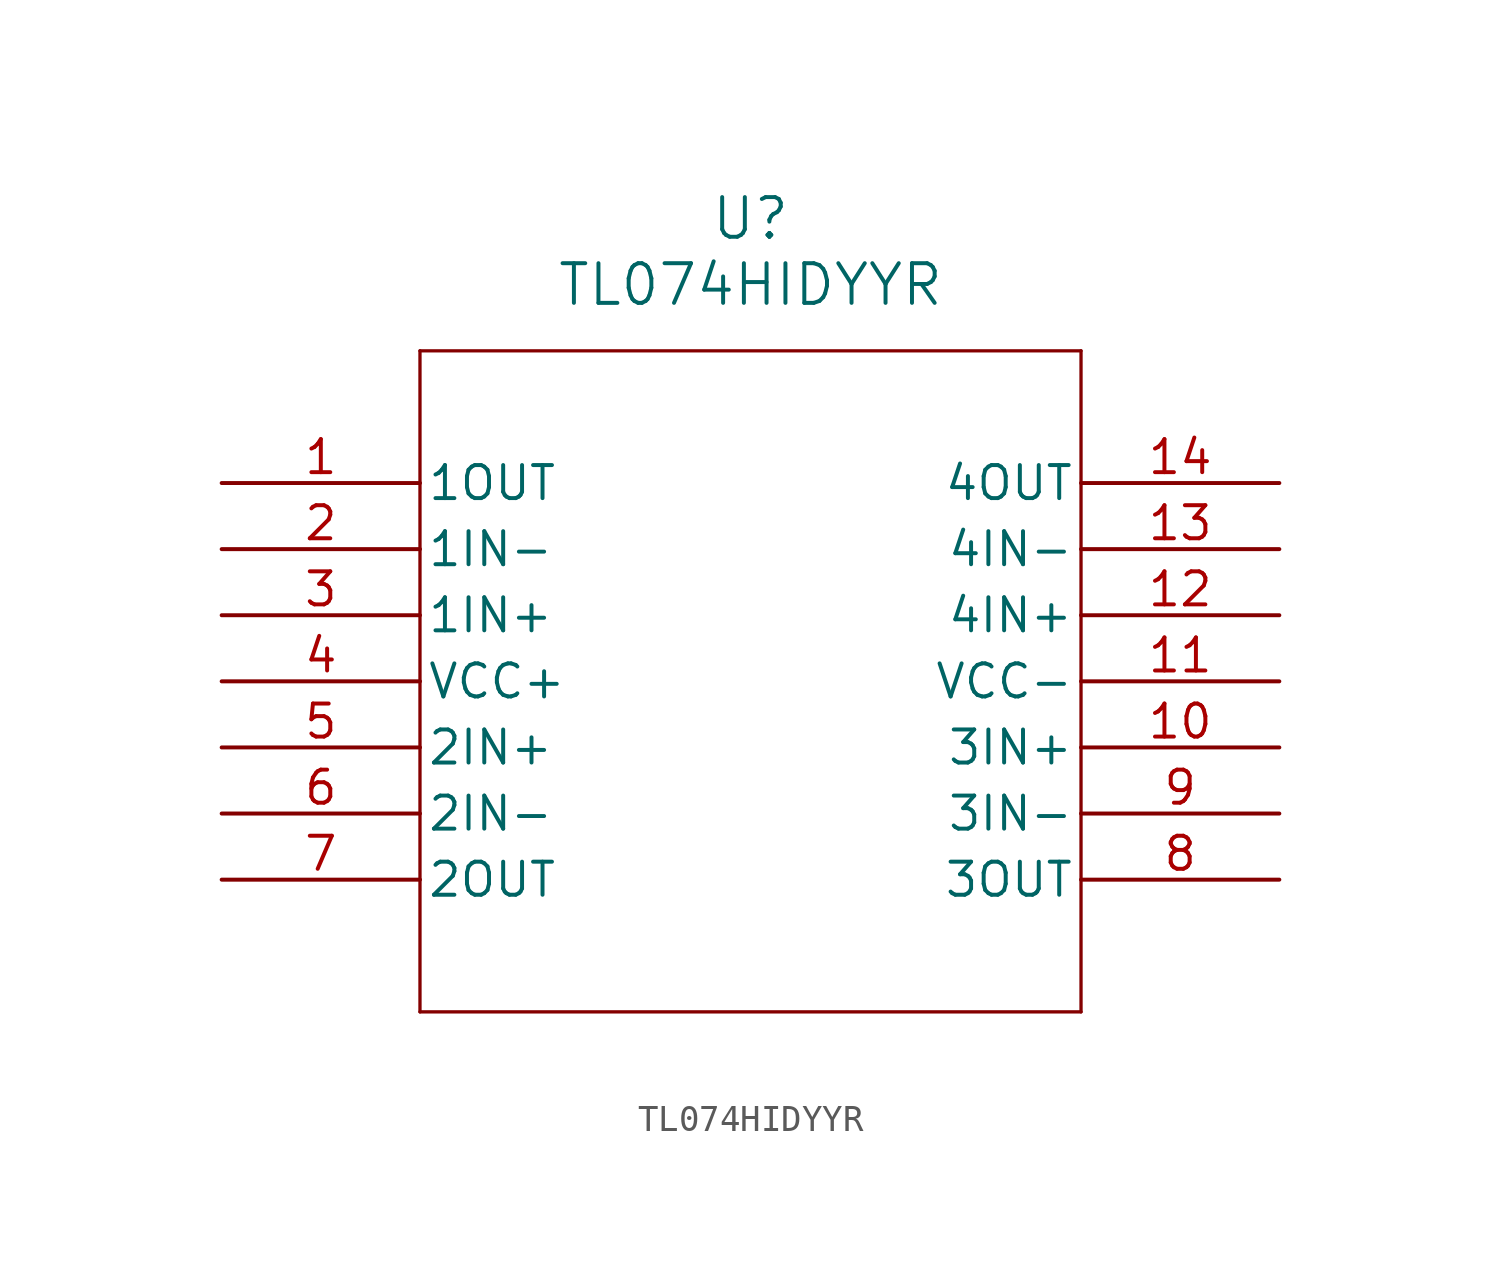
<source format=kicad_sym>
(kicad_symbol_lib
  (version 20211014)
  (generator kicad_symbol_editor)
  (symbol "TL074HIDYYR"
    (pin_names
      (offset 0.254))
    (property "Reference" "U"
      (at 20.32 10.16 0)
      (effects (font (size 1.524 1.524))))
    (property "Value" "TL074HIDYYR"
      (at 20.32 7.62 0)
      (effects (font (size 1.524 1.524))))
    (symbol "TL074HIDYYR_0_1"
      (polyline (pts (xy 7.62 5.08) (xy 7.62 -20.32)) (stroke (width 0.127) (type default) (color 0 0 0 0)) (fill (type none)))
      (polyline (pts (xy 7.62 -20.32) (xy 33.02 -20.32)) (stroke (width 0.127) (type default) (color 0 0 0 0)) (fill (type none)))
      (polyline (pts (xy 33.02 -20.32) (xy 33.02 5.08)) (stroke (width 0.127) (type default) (color 0 0 0 0)) (fill (type none)))
      (polyline (pts (xy 33.02 5.08) (xy 7.62 5.08)) (stroke (width 0.127) (type default) (color 0 0 0 0)) (fill (type none)))
      (pin output line (at 0 0 0) (length 7.62) (name "1OUT" (effects (font (size 1.27 1.27)))) (number "1" (effects (font (size 1.27 1.27)))))
      (pin input line (at 0 -2.54 0) (length 7.62) (name "1IN-" (effects (font (size 1.27 1.27)))) (number "2" (effects (font (size 1.27 1.27)))))
      (pin input line (at 0 -5.08 0) (length 7.62) (name "1IN+" (effects (font (size 1.27 1.27)))) (number "3" (effects (font (size 1.27 1.27)))))
      (pin power_in line (at 0 -7.62 0) (length 7.62) (name "VCC+" (effects (font (size 1.27 1.27)))) (number "4" (effects (font (size 1.27 1.27)))))
      (pin input line (at 0 -10.16 0) (length 7.62) (name "2IN+" (effects (font (size 1.27 1.27)))) (number "5" (effects (font (size 1.27 1.27)))))
      (pin input line (at 0 -12.7 0) (length 7.62) (name "2IN-" (effects (font (size 1.27 1.27)))) (number "6" (effects (font (size 1.27 1.27)))))
      (pin output line (at 0 -15.24 0) (length 7.62) (name "2OUT" (effects (font (size 1.27 1.27)))) (number "7" (effects (font (size 1.27 1.27)))))
      (pin output line (at 40.64 -15.24 180) (length 7.62) (name "3OUT" (effects (font (size 1.27 1.27)))) (number "8" (effects (font (size 1.27 1.27)))))
      (pin input line (at 40.64 -12.7 180) (length 7.62) (name "3IN-" (effects (font (size 1.27 1.27)))) (number "9" (effects (font (size 1.27 1.27)))))
      (pin input line (at 40.64 -10.16 180) (length 7.62) (name "3IN+" (effects (font (size 1.27 1.27)))) (number "10" (effects (font (size 1.27 1.27)))))
      (pin power_in line (at 40.64 -7.62 180) (length 7.62) (name "VCC-" (effects (font (size 1.27 1.27)))) (number "11" (effects (font (size 1.27 1.27)))))
      (pin input line (at 40.64 -5.08 180) (length 7.62) (name "4IN+" (effects (font (size 1.27 1.27)))) (number "12" (effects (font (size 1.27 1.27)))))
      (pin input line (at 40.64 -2.54 180) (length 7.62) (name "4IN-" (effects (font (size 1.27 1.27)))) (number "13" (effects (font (size 1.27 1.27)))))
      (pin output line (at 40.64 0 180) (length 7.62) (name "4OUT" (effects (font (size 1.27 1.27)))) (number "14" (effects (font (size 1.27 1.27))))))))
</source>
